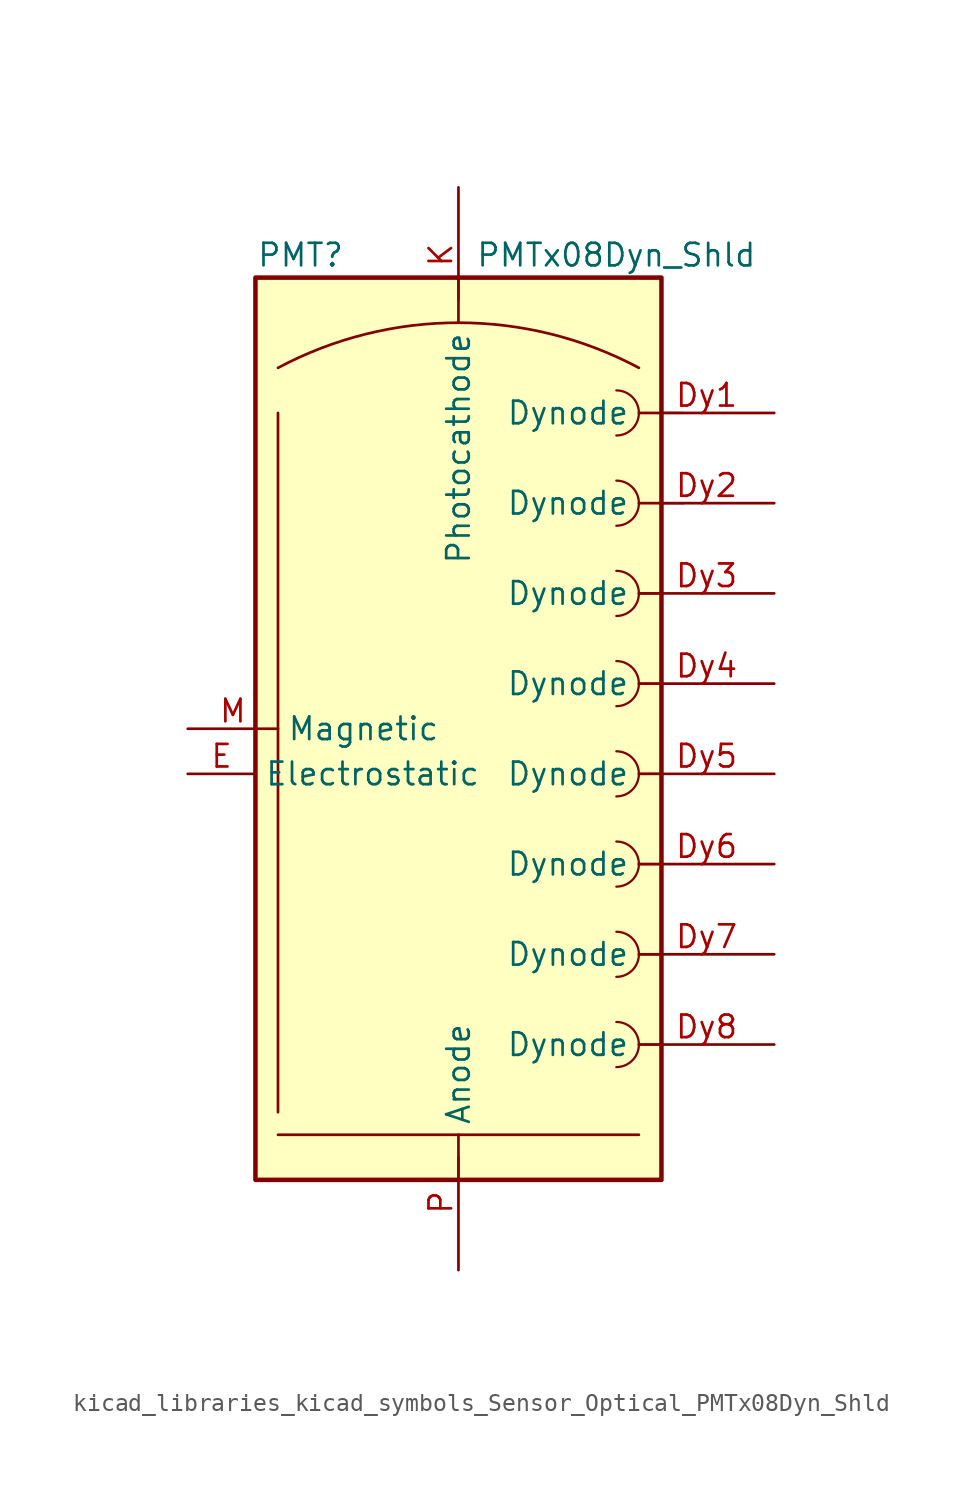
<source format=kicad_sym>
(kicad_symbol_lib
  (version 20220914)
  (generator kicad_symbol_editor)
  (symbol "kicad_libraries_kicad_symbols_Sensor_Optical_PMTx08Dyn_Shld"
    (property "Reference" "PMT"
      (at -8.89 26.67 0)
      (effects (font (size 1.27 1.27))))
    (property "Value" "PMTx08Dyn_Shld"
      (at 8.89 26.67 0)
      (effects (font (size 1.27 1.27))))
    (symbol "kicad_libraries_kicad_symbols_Sensor_Optical_PMTx08Dyn_Shld_0_1"
      (polyline (pts (xy -10.16 17.78) (xy -10.16 -21.59)) (stroke (width 0) (type default)) (fill (type none)))
      (polyline (pts (xy 0 -25.4) (xy 0 -24.13)) (stroke (width 0.127) (type default)) (fill (type none)))
      (polyline (pts (xy 0 25.4) (xy 0 24.13)) (stroke (width 0.127) (type default)) (fill (type none)))
      (polyline (pts (xy 10.16 -22.86) (xy -10.16 -22.86)) (stroke (width 0) (type default)) (fill (type none)))
      (polyline (pts (xy 11.43 -17.78) (xy 10.16 -17.78)) (stroke (width 0.127) (type default)) (fill (type none)))
      (polyline (pts (xy 11.43 -12.7) (xy 10.16 -12.7)) (stroke (width 0.127) (type default)) (fill (type none)))
      (polyline (pts (xy 11.43 -7.62) (xy 10.16 -7.62)) (stroke (width 0.127) (type default)) (fill (type none)))
      (polyline (pts (xy 11.43 -2.54) (xy 10.16 -2.54)) (stroke (width 0.127) (type default)) (fill (type none)))
      (polyline (pts (xy 11.43 2.54) (xy 10.16 2.54)) (stroke (width 0.127) (type default)) (fill (type none)))
      (polyline (pts (xy 11.43 7.62) (xy 10.16 7.62)) (stroke (width 0.127) (type default)) (fill (type none)))
      (polyline (pts (xy 12.7 12.7) (xy 11.43 12.7)) (stroke (width 0.127) (type default)) (fill (type none)))
      (polyline (pts (xy 12.7 17.78) (xy 11.43 17.78)) (stroke (width 0.127) (type default)) (fill (type none)))
      (arc (start 8.89 -19.05) (mid 10.1545 -17.78) (end 8.89 -16.51) (stroke (width 0.127) (type default)) (fill (type none)))
      (arc (start 8.89 -13.97) (mid 10.1545 -12.7) (end 8.89 -11.43) (stroke (width 0.127) (type default)) (fill (type none)))
      (arc (start 8.89 -8.89) (mid 10.1545 -7.62) (end 8.89 -6.35) (stroke (width 0.127) (type default)) (fill (type none)))
      (arc (start 8.89 -3.81) (mid 10.1545 -2.54) (end 8.89 -1.27) (stroke (width 0.127) (type default)) (fill (type none)))
      (arc (start 8.89 1.27) (mid 10.1545 2.54) (end 8.89 3.81) (stroke (width 0.127) (type default)) (fill (type none)))
      (arc (start 8.89 6.35) (mid 10.1545 7.62) (end 8.89 8.89) (stroke (width 0.127) (type default)) (fill (type none)))
      (arc (start 8.89 11.43) (mid 10.1545 12.7) (end 8.89 13.97) (stroke (width 0.127) (type default)) (fill (type none)))
      (arc (start 8.89 16.51) (mid 10.1545 17.78) (end 8.89 19.05) (stroke (width 0.127) (type default)) (fill (type none)))
      (arc (start 10.16 20.32) (mid 0 22.86) (end -10.16 20.32) (stroke (width 0) (type default)) (fill (type none)))
      (rectangle (start 11.43 -25.4) (end -11.43 25.4) (stroke (width 0.254) (type default)) (fill (type background))))
    (symbol "kicad_libraries_kicad_symbols_Sensor_Optical_PMTx08Dyn_Shld_1_1"
      (pin passive line (at 17.78 17.78 180) (length 7.62) (name "Dynode" (effects (font (size 1.27 1.27)))) (number "Dy1" (effects (font (size 1.27 1.27)))))
      (pin passive line (at 17.78 12.7 180) (length 7.62) (name "Dynode" (effects (font (size 1.27 1.27)))) (number "Dy2" (effects (font (size 1.27 1.27)))))
      (pin passive line (at 17.78 7.62 180) (length 7.62) (name "Dynode" (effects (font (size 1.27 1.27)))) (number "Dy3" (effects (font (size 1.27 1.27)))))
      (pin passive line (at 17.78 2.54 180) (length 7.62) (name "Dynode" (effects (font (size 1.27 1.27)))) (number "Dy4" (effects (font (size 1.27 1.27)))))
      (pin passive line (at 17.78 -2.54 180) (length 7.62) (name "Dynode" (effects (font (size 1.27 1.27)))) (number "Dy5" (effects (font (size 1.27 1.27)))))
      (pin passive line (at 17.78 -7.62 180) (length 7.62) (name "Dynode" (effects (font (size 1.27 1.27)))) (number "Dy6" (effects (font (size 1.27 1.27)))))
      (pin passive line (at 17.78 -12.7 180) (length 7.62) (name "Dynode" (effects (font (size 1.27 1.27)))) (number "Dy7" (effects (font (size 1.27 1.27)))))
      (pin passive line (at 17.78 -17.78 180) (length 7.62) (name "Dynode" (effects (font (size 1.27 1.27)))) (number "Dy8" (effects (font (size 1.27 1.27)))))
      (pin passive line (at -15.24 -2.54 0) (length 3.81) (name "Electrostatic" (effects (font (size 1.27 1.27)))) (number "E" (effects (font (size 1.27 1.27)))))
      (pin passive line (at 0 30.48 270) (length 7.62) (name "Photocathode" (effects (font (size 1.27 1.27)))) (number "K" (effects (font (size 1.27 1.27)))))
      (pin passive line (at -15.24 0 0) (length 5.08) (name "Magnetic" (effects (font (size 1.27 1.27)))) (number "M" (effects (font (size 1.27 1.27)))))
      (pin passive line (at 0 -30.48 90) (length 7.62) (name "Anode" (effects (font (size 1.27 1.27)))) (number "P" (effects (font (size 1.27 1.27))))))))
</source>
